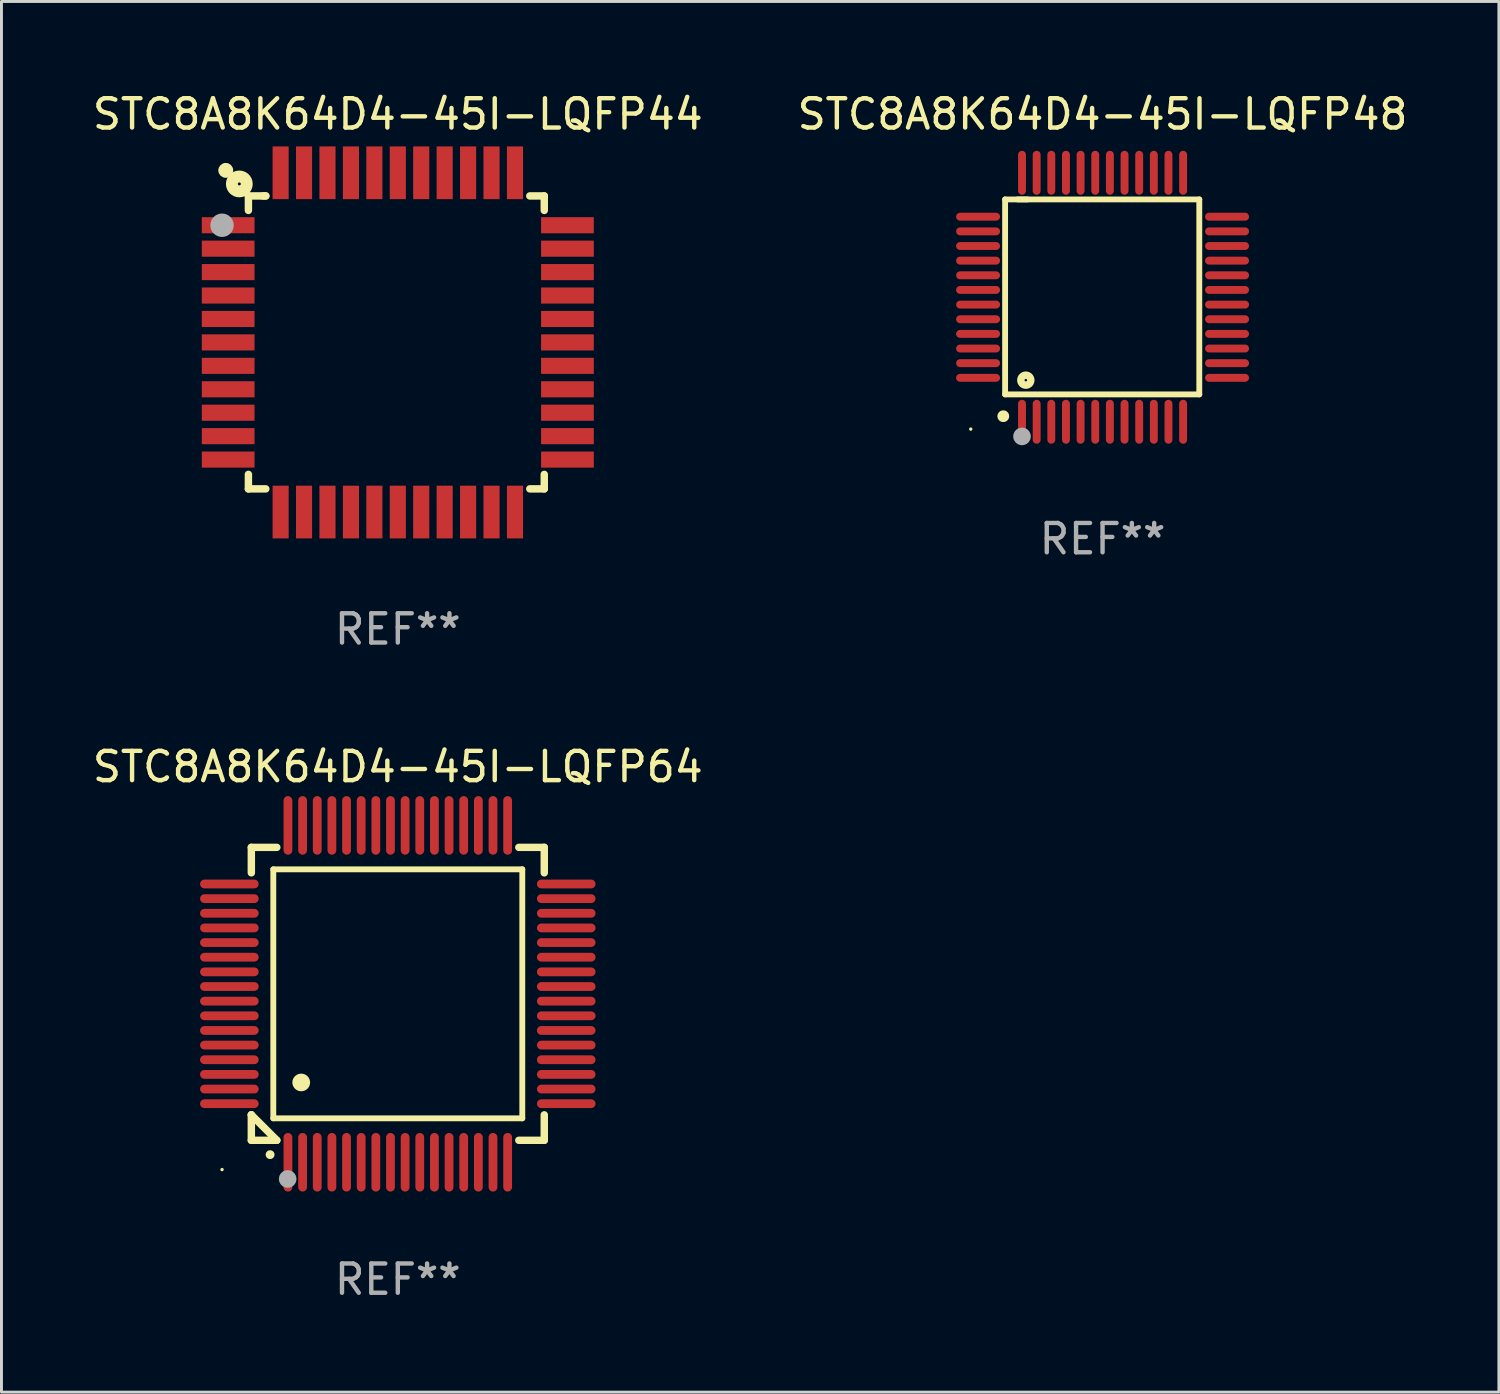
<source format=kicad_pcb>
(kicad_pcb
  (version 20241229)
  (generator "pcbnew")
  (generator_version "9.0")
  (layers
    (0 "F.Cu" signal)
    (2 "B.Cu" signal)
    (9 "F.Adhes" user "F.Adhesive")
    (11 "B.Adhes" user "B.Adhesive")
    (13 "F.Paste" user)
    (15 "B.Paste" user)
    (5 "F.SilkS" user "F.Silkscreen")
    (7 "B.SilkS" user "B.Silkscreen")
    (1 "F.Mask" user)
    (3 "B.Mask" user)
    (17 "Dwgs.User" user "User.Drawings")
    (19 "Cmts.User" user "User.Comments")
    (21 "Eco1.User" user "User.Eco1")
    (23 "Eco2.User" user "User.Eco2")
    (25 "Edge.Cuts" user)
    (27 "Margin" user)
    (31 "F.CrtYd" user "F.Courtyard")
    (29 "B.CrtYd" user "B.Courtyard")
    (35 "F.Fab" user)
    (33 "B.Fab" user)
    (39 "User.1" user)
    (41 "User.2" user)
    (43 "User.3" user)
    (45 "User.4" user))
  (footprint "STC8A8K64D4-45I-LQFP44"
    (layer "F.Cu")
    (at 10.53 8.639)
    (property "Reference" "STC8A8K64D4-45I-LQFP44" (at 0 -7.791 0) (layer "F.SilkS") (effects (font (size 1 1) (thickness 0.15))))
    (attr through_hole)
    (fp_line (start -5.1 -5) (end -5.1 -4.506) (stroke (width 0.254) (type solid)) (layer "F.SilkS"))
    (fp_line (start -5.1 4.506) (end -5.1 5) (stroke (width 0.254) (type solid)) (layer "F.SilkS"))
    (fp_line (start -5.1 5) (end -4.506 5) (stroke (width 0.254) (type solid)) (layer "F.SilkS"))
    (fp_line (start -4.506 -5) (end -5.1 -5) (stroke (width 0.254) (type solid)) (layer "F.SilkS"))
    (fp_line (start -4.506 -5) (end -4.6 -5) (stroke (width 0.254) (type solid)) (layer "F.SilkS"))
    (fp_line (start 4.506 5) (end 5 5) (stroke (width 0.254) (type solid)) (layer "F.SilkS"))
    (fp_line (start 5 -5) (end 4.506 -5) (stroke (width 0.254) (type solid)) (layer "F.SilkS"))
    (fp_line (start 5 -4.506) (end 5 -5) (stroke (width 0.254) (type solid)) (layer "F.SilkS"))
    (fp_line (start 5 5) (end 5 4.506) (stroke (width 0.254) (type solid)) (layer "F.SilkS"))
    (fp_circle (center -5.873 -5.873) (end -5.746 -5.873) (stroke (width 0.254) (type solid)) (fill no) (layer "F.SilkS"))
    (fp_circle (center -5.41 -5.41) (end -5.156 -5.41) (stroke (width 0.406) (type solid)) (fill no) (layer "F.SilkS"))
    (fp_circle (center -6 -4) (end -5.8 -4) (stroke (width 0.4) (type solid)) (fill no) (layer "F.Fab"))
    (fp_text user "REF**" (at 0 9.791 0) (layer "F.Fab") (effects (font (size 1 1) (thickness 0.15))))
    (pad "1" smd rect (at -5.791 -4) (size 1.8 0.55) (layers "F.Cu" "F.Mask" "F.Paste"))
    (pad "2" smd rect (at -5.791 -3.2) (size 1.8 0.55) (layers "F.Cu" "F.Mask" "F.Paste"))
    (pad "3" smd rect (at -5.791 -2.4) (size 1.8 0.55) (layers "F.Cu" "F.Mask" "F.Paste"))
    (pad "4" smd rect (at -5.791 -1.6) (size 1.8 0.55) (layers "F.Cu" "F.Mask" "F.Paste"))
    (pad "5" smd rect (at -5.791 -0.8) (size 1.8 0.55) (layers "F.Cu" "F.Mask" "F.Paste"))
    (pad "6" smd rect (at -5.791 0) (size 1.8 0.55) (layers "F.Cu" "F.Mask" "F.Paste"))
    (pad "7" smd rect (at -5.791 0.8) (size 1.8 0.55) (layers "F.Cu" "F.Mask" "F.Paste"))
    (pad "8" smd rect (at -5.791 1.6) (size 1.8 0.55) (layers "F.Cu" "F.Mask" "F.Paste"))
    (pad "9" smd rect (at -5.791 2.4) (size 1.8 0.55) (layers "F.Cu" "F.Mask" "F.Paste"))
    (pad "10" smd rect (at -5.791 3.2) (size 1.8 0.55) (layers "F.Cu" "F.Mask" "F.Paste"))
    (pad "11" smd rect (at -5.791 4) (size 1.8 0.55) (layers "F.Cu" "F.Mask" "F.Paste"))
    (pad "12" smd rect (at -4 5.791) (size 0.55 1.8) (layers "F.Cu" "F.Mask" "F.Paste"))
    (pad "13" smd rect (at -3.2 5.791) (size 0.55 1.8) (layers "F.Cu" "F.Mask" "F.Paste"))
    (pad "14" smd rect (at -2.4 5.791) (size 0.55 1.8) (layers "F.Cu" "F.Mask" "F.Paste"))
    (pad "15" smd rect (at -1.6 5.791) (size 0.55 1.8) (layers "F.Cu" "F.Mask" "F.Paste"))
    (pad "16" smd rect (at -0.8 5.791) (size 0.55 1.8) (layers "F.Cu" "F.Mask" "F.Paste"))
    (pad "17" smd rect (at 0 5.791) (size 0.55 1.8) (layers "F.Cu" "F.Mask" "F.Paste"))
    (pad "18" smd rect (at 0.8 5.791) (size 0.55 1.8) (layers "F.Cu" "F.Mask" "F.Paste"))
    (pad "19" smd rect (at 1.6 5.791) (size 0.55 1.8) (layers "F.Cu" "F.Mask" "F.Paste"))
    (pad "20" smd rect (at 2.4 5.791) (size 0.55 1.8) (layers "F.Cu" "F.Mask" "F.Paste"))
    (pad "21" smd rect (at 3.2 5.791) (size 0.55 1.8) (layers "F.Cu" "F.Mask" "F.Paste"))
    (pad "22" smd rect (at 4 5.791) (size 0.55 1.8) (layers "F.Cu" "F.Mask" "F.Paste"))
    (pad "23" smd rect (at 5.791 4) (size 1.8 0.55) (layers "F.Cu" "F.Mask" "F.Paste"))
    (pad "24" smd rect (at 5.791 3.2) (size 1.8 0.55) (layers "F.Cu" "F.Mask" "F.Paste"))
    (pad "25" smd rect (at 5.791 2.4) (size 1.8 0.55) (layers "F.Cu" "F.Mask" "F.Paste"))
    (pad "26" smd rect (at 5.791 1.6) (size 1.8 0.55) (layers "F.Cu" "F.Mask" "F.Paste"))
    (pad "27" smd rect (at 5.791 0.8) (size 1.8 0.55) (layers "F.Cu" "F.Mask" "F.Paste"))
    (pad "28" smd rect (at 5.791 0) (size 1.8 0.55) (layers "F.Cu" "F.Mask" "F.Paste"))
    (pad "29" smd rect (at 5.791 -0.8) (size 1.8 0.55) (layers "F.Cu" "F.Mask" "F.Paste"))
    (pad "30" smd rect (at 5.791 -1.6) (size 1.8 0.55) (layers "F.Cu" "F.Mask" "F.Paste"))
    (pad "31" smd rect (at 5.791 -2.4) (size 1.8 0.55) (layers "F.Cu" "F.Mask" "F.Paste"))
    (pad "32" smd rect (at 5.791 -3.2) (size 1.8 0.55) (layers "F.Cu" "F.Mask" "F.Paste"))
    (pad "33" smd rect (at 5.791 -4) (size 1.8 0.55) (layers "F.Cu" "F.Mask" "F.Paste"))
    (pad "34" smd rect (at 4 -5.791) (size 0.55 1.8) (layers "F.Cu" "F.Mask" "F.Paste"))
    (pad "35" smd rect (at 3.2 -5.791) (size 0.55 1.8) (layers "F.Cu" "F.Mask" "F.Paste"))
    (pad "36" smd rect (at 2.4 -5.791) (size 0.55 1.8) (layers "F.Cu" "F.Mask" "F.Paste"))
    (pad "37" smd rect (at 1.6 -5.791) (size 0.55 1.8) (layers "F.Cu" "F.Mask" "F.Paste"))
    (pad "38" smd rect (at 0.8 -5.791) (size 0.55 1.8) (layers "F.Cu" "F.Mask" "F.Paste"))
    (pad "39" smd rect (at 0 -5.791) (size 0.55 1.8) (layers "F.Cu" "F.Mask" "F.Paste"))
    (pad "40" smd rect (at -0.8 -5.791) (size 0.55 1.8) (layers "F.Cu" "F.Mask" "F.Paste"))
    (pad "41" smd rect (at -1.6 -5.791) (size 0.55 1.8) (layers "F.Cu" "F.Mask" "F.Paste"))
    (pad "42" smd rect (at -2.4 -5.791) (size 0.55 1.8) (layers "F.Cu" "F.Mask" "F.Paste"))
    (pad "43" smd rect (at -3.2 -5.791) (size 0.55 1.8) (layers "F.Cu" "F.Mask" "F.Paste"))
    (pad "44" smd rect (at -4 -5.791) (size 0.55 1.8) (layers "F.Cu" "F.Mask" "F.Paste")))
  (footprint "STC8A8K64D4-45I-LQFP48"
    (layer "F.Cu")
    (at 34.589 7.098)
    (property "Reference" "STC8A8K64D4-45I-LQFP48" (at 0 -6.25 0) (layer "F.SilkS") (effects (font (size 1 1) (thickness 0.15))))
    (attr through_hole)
    (fp_line (start -3.327 -3.34) (end -2.565 -3.34) (stroke (width 0.2) (type solid)) (layer "F.SilkS"))
    (fp_line (start -3.327 3.315) (end -3.327 -3.34) (stroke (width 0.2) (type solid)) (layer "F.SilkS"))
    (fp_line (start -2.896 -3.34) (end 3.302 -3.34) (stroke (width 0.2) (type solid)) (layer "F.SilkS"))
    (fp_line (start 3.302 -3.34) (end 3.302 3.315) (stroke (width 0.2) (type solid)) (layer "F.SilkS"))
    (fp_line (start 3.302 3.315) (end -3.327 3.315) (stroke (width 0.2) (type solid)) (layer "F.SilkS"))
    (fp_arc (start -3.389992 4.059995) (mid -3.388722 4.059991) (end -3.387452 4.059995) (stroke (width 0.4) (type solid)) (layer "F.SilkS"))
    (fp_circle (center -4.5 4.5) (end -4.47 4.5) (stroke (width 0.06) (type solid)) (fill no) (layer "F.SilkS"))
    (fp_circle (center -2.62 2.83) (end -2.45 2.83) (stroke (width 0.254) (type solid)) (fill no) (layer "F.SilkS"))
    (fp_circle (center -2.75 4.75) (end -2.6 4.75) (stroke (width 0.3) (type solid)) (fill no) (layer "F.Fab"))
    (fp_text user "REF**" (at 0 8.25 0) (layer "F.Fab") (effects (font (size 1 1) (thickness 0.15))))
    (pad "1" smd oval (at -2.75 4.25) (size 0.27 1.5) (layers "F.Cu" "F.Mask" "F.Paste"))
    (pad "2" smd oval (at -2.25 4.25) (size 0.27 1.5) (layers "F.Cu" "F.Mask" "F.Paste"))
    (pad "3" smd oval (at -1.75 4.25) (size 0.27 1.5) (layers "F.Cu" "F.Mask" "F.Paste"))
    (pad "4" smd oval (at -1.25 4.25) (size 0.27 1.5) (layers "F.Cu" "F.Mask" "F.Paste"))
    (pad "5" smd oval (at -0.75 4.25) (size 0.27 1.5) (layers "F.Cu" "F.Mask" "F.Paste"))
    (pad "6" smd oval (at -0.25 4.25) (size 0.27 1.5) (layers "F.Cu" "F.Mask" "F.Paste"))
    (pad "7" smd oval (at 0.25 4.25) (size 0.27 1.5) (layers "F.Cu" "F.Mask" "F.Paste"))
    (pad "8" smd oval (at 0.75 4.25) (size 0.27 1.5) (layers "F.Cu" "F.Mask" "F.Paste"))
    (pad "9" smd oval (at 1.25 4.25) (size 0.27 1.5) (layers "F.Cu" "F.Mask" "F.Paste"))
    (pad "10" smd oval (at 1.75 4.25) (size 0.27 1.5) (layers "F.Cu" "F.Mask" "F.Paste"))
    (pad "11" smd oval (at 2.25 4.25) (size 0.27 1.5) (layers "F.Cu" "F.Mask" "F.Paste"))
    (pad "12" smd oval (at 2.75 4.25) (size 0.27 1.5) (layers "F.Cu" "F.Mask" "F.Paste"))
    (pad "13" smd oval (at 4.25 2.75) (size 1.5 0.27) (layers "F.Cu" "F.Mask" "F.Paste"))
    (pad "14" smd oval (at 4.25 2.25) (size 1.5 0.27) (layers "F.Cu" "F.Mask" "F.Paste"))
    (pad "15" smd oval (at 4.25 1.75) (size 1.5 0.27) (layers "F.Cu" "F.Mask" "F.Paste"))
    (pad "16" smd oval (at 4.25 1.25) (size 1.5 0.27) (layers "F.Cu" "F.Mask" "F.Paste"))
    (pad "17" smd oval (at 4.25 0.75) (size 1.5 0.27) (layers "F.Cu" "F.Mask" "F.Paste"))
    (pad "18" smd oval (at 4.25 0.25) (size 1.5 0.27) (layers "F.Cu" "F.Mask" "F.Paste"))
    (pad "19" smd oval (at 4.25 -0.25) (size 1.5 0.27) (layers "F.Cu" "F.Mask" "F.Paste"))
    (pad "20" smd oval (at 4.25 -0.75) (size 1.5 0.27) (layers "F.Cu" "F.Mask" "F.Paste"))
    (pad "21" smd oval (at 4.25 -1.25) (size 1.5 0.27) (layers "F.Cu" "F.Mask" "F.Paste"))
    (pad "22" smd oval (at 4.25 -1.75) (size 1.5 0.27) (layers "F.Cu" "F.Mask" "F.Paste"))
    (pad "23" smd oval (at 4.25 -2.25) (size 1.5 0.27) (layers "F.Cu" "F.Mask" "F.Paste"))
    (pad "24" smd oval (at 4.25 -2.75) (size 1.5 0.27) (layers "F.Cu" "F.Mask" "F.Paste"))
    (pad "25" smd oval (at 2.75 -4.25) (size 0.27 1.5) (layers "F.Cu" "F.Mask" "F.Paste"))
    (pad "26" smd oval (at 2.25 -4.25) (size 0.27 1.5) (layers "F.Cu" "F.Mask" "F.Paste"))
    (pad "27" smd oval (at 1.75 -4.25) (size 0.27 1.5) (layers "F.Cu" "F.Mask" "F.Paste"))
    (pad "28" smd oval (at 1.25 -4.25) (size 0.27 1.5) (layers "F.Cu" "F.Mask" "F.Paste"))
    (pad "29" smd oval (at 0.75 -4.25) (size 0.27 1.5) (layers "F.Cu" "F.Mask" "F.Paste"))
    (pad "30" smd oval (at 0.25 -4.25) (size 0.27 1.5) (layers "F.Cu" "F.Mask" "F.Paste"))
    (pad "31" smd oval (at -0.25 -4.25) (size 0.27 1.5) (layers "F.Cu" "F.Mask" "F.Paste"))
    (pad "32" smd oval (at -0.75 -4.25) (size 0.27 1.5) (layers "F.Cu" "F.Mask" "F.Paste"))
    (pad "33" smd oval (at -1.25 -4.25) (size 0.27 1.5) (layers "F.Cu" "F.Mask" "F.Paste"))
    (pad "34" smd oval (at -1.75 -4.25) (size 0.27 1.5) (layers "F.Cu" "F.Mask" "F.Paste"))
    (pad "35" smd oval (at -2.25 -4.25) (size 0.27 1.5) (layers "F.Cu" "F.Mask" "F.Paste"))
    (pad "36" smd oval (at -2.75 -4.25) (size 0.27 1.5) (layers "F.Cu" "F.Mask" "F.Paste"))
    (pad "37" smd oval (at -4.25 -2.75) (size 1.5 0.27) (layers "F.Cu" "F.Mask" "F.Paste"))
    (pad "38" smd oval (at -4.25 -2.25) (size 1.5 0.27) (layers "F.Cu" "F.Mask" "F.Paste"))
    (pad "39" smd oval (at -4.25 -1.75) (size 1.5 0.27) (layers "F.Cu" "F.Mask" "F.Paste"))
    (pad "40" smd oval (at -4.25 -1.25) (size 1.5 0.27) (layers "F.Cu" "F.Mask" "F.Paste"))
    (pad "41" smd oval (at -4.25 -0.75) (size 1.5 0.27) (layers "F.Cu" "F.Mask" "F.Paste"))
    (pad "42" smd oval (at -4.25 -0.25) (size 1.5 0.27) (layers "F.Cu" "F.Mask" "F.Paste"))
    (pad "43" smd oval (at -4.25 0.25) (size 1.5 0.27) (layers "F.Cu" "F.Mask" "F.Paste"))
    (pad "44" smd oval (at -4.25 0.75) (size 1.5 0.27) (layers "F.Cu" "F.Mask" "F.Paste"))
    (pad "45" smd oval (at -4.25 1.25) (size 1.5 0.27) (layers "F.Cu" "F.Mask" "F.Paste"))
    (pad "46" smd oval (at -4.25 1.75) (size 1.5 0.27) (layers "F.Cu" "F.Mask" "F.Paste"))
    (pad "47" smd oval (at -4.25 2.25) (size 1.5 0.27) (layers "F.Cu" "F.Mask" "F.Paste"))
    (pad "48" smd oval (at -4.25 2.75) (size 1.5 0.27) (layers "F.Cu" "F.Mask" "F.Paste")))
  (footprint "STC8A8K64D4-45I-LQFP64"
    (layer "F.Cu")
    (at 10.53 30.877)
    (property "Reference" "STC8A8K64D4-45I-LQFP64" (at 0 -7.75 0) (layer "F.SilkS") (effects (font (size 1 1) (thickness 0.15))))
    (attr through_hole)
    (fp_line (start -5 -5) (end -4.131 -5) (stroke (width 0.254) (type solid)) (layer "F.SilkS"))
    (fp_line (start -5 -4.131) (end -5 -5) (stroke (width 0.254) (type solid)) (layer "F.SilkS"))
    (fp_line (start -5 4.131) (end -5 4.131) (stroke (width 0.254) (type solid)) (layer "F.SilkS"))
    (fp_line (start -5 5) (end -5 4.131) (stroke (width 0.254) (type solid)) (layer "F.SilkS"))
    (fp_line (start -5 4.131) (end -4.131 5) (stroke (width 0.254) (type solid)) (layer "F.SilkS"))
    (fp_line (start -4.25 -4.25) (end -4.25 4.25) (stroke (width 0.2) (type solid)) (layer "F.SilkS"))
    (fp_line (start -4.25 4.25) (end 4.25 4.25) (stroke (width 0.2) (type solid)) (layer "F.SilkS"))
    (fp_line (start -4.131 5) (end -5 5) (stroke (width 0.254) (type solid)) (layer "F.SilkS"))
    (fp_line (start 4.25 -4.25) (end -4.25 -4.25) (stroke (width 0.2) (type solid)) (layer "F.SilkS"))
    (fp_line (start 4.25 4.25) (end 4.25 -4.25) (stroke (width 0.2) (type solid)) (layer "F.SilkS"))
    (fp_line (start 5 -5) (end 4.131 -5) (stroke (width 0.254) (type solid)) (layer "F.SilkS"))
    (fp_line (start 5 -5) (end 5 -4.131) (stroke (width 0.254) (type solid)) (layer "F.SilkS"))
    (fp_line (start 5 4.131) (end 5 5) (stroke (width 0.254) (type solid)) (layer "F.SilkS"))
    (fp_line (start 5 5) (end 4.131 5) (stroke (width 0.254) (type solid)) (layer "F.SilkS"))
    (fp_arc (start -4.361265 5.489992) (mid -4.359995 5.489987) (end -4.358725 5.489992) (stroke (width 0.3) (type solid)) (layer "F.SilkS"))
    (fp_arc (start -3.299467 3.025146) (mid -3.296927 3.025135) (end -3.294387 3.025146) (stroke (width 0.6) (type solid)) (layer "F.SilkS"))
    (fp_circle (center -6 6) (end -5.97 6) (stroke (width 0.06) (type solid)) (fill no) (layer "F.SilkS"))
    (fp_circle (center -3.76 6.32) (end -3.61 6.32) (stroke (width 0.3) (type solid)) (fill no) (layer "F.Fab"))
    (fp_text user "REF**" (at 0 9.75 0) (layer "F.Fab") (effects (font (size 1 1) (thickness 0.15))))
    (pad "1" smd oval (at -3.75 5.75) (size 0.3 2) (layers "F.Cu" "F.Mask" "F.Paste"))
    (pad "2" smd oval (at -3.25 5.75) (size 0.3 2) (layers "F.Cu" "F.Mask" "F.Paste"))
    (pad "3" smd oval (at -2.75 5.75) (size 0.3 2) (layers "F.Cu" "F.Mask" "F.Paste"))
    (pad "4" smd oval (at -2.25 5.75) (size 0.3 2) (layers "F.Cu" "F.Mask" "F.Paste"))
    (pad "5" smd oval (at -1.75 5.75) (size 0.3 2) (layers "F.Cu" "F.Mask" "F.Paste"))
    (pad "6" smd oval (at -1.25 5.75) (size 0.3 2) (layers "F.Cu" "F.Mask" "F.Paste"))
    (pad "7" smd oval (at -0.75 5.75) (size 0.3 2) (layers "F.Cu" "F.Mask" "F.Paste"))
    (pad "8" smd oval (at -0.25 5.75) (size 0.3 2) (layers "F.Cu" "F.Mask" "F.Paste"))
    (pad "9" smd oval (at 0.25 5.75) (size 0.3 2) (layers "F.Cu" "F.Mask" "F.Paste"))
    (pad "10" smd oval (at 0.75 5.75) (size 0.3 2) (layers "F.Cu" "F.Mask" "F.Paste"))
    (pad "11" smd oval (at 1.25 5.75) (size 0.3 2) (layers "F.Cu" "F.Mask" "F.Paste"))
    (pad "12" smd oval (at 1.75 5.75) (size 0.3 2) (layers "F.Cu" "F.Mask" "F.Paste"))
    (pad "13" smd oval (at 2.25 5.75) (size 0.3 2) (layers "F.Cu" "F.Mask" "F.Paste"))
    (pad "14" smd oval (at 2.75 5.75) (size 0.3 2) (layers "F.Cu" "F.Mask" "F.Paste"))
    (pad "15" smd oval (at 3.25 5.75) (size 0.3 2) (layers "F.Cu" "F.Mask" "F.Paste"))
    (pad "16" smd oval (at 3.75 5.75) (size 0.3 2) (layers "F.Cu" "F.Mask" "F.Paste"))
    (pad "17" smd oval (at 5.75 3.75) (size 2 0.3) (layers "F.Cu" "F.Mask" "F.Paste"))
    (pad "18" smd oval (at 5.75 3.25) (size 2 0.3) (layers "F.Cu" "F.Mask" "F.Paste"))
    (pad "19" smd oval (at 5.75 2.75) (size 2 0.3) (layers "F.Cu" "F.Mask" "F.Paste"))
    (pad "20" smd oval (at 5.75 2.25) (size 2 0.3) (layers "F.Cu" "F.Mask" "F.Paste"))
    (pad "21" smd oval (at 5.75 1.75) (size 2 0.3) (layers "F.Cu" "F.Mask" "F.Paste"))
    (pad "22" smd oval (at 5.75 1.25) (size 2 0.3) (layers "F.Cu" "F.Mask" "F.Paste"))
    (pad "23" smd oval (at 5.75 0.75) (size 2 0.3) (layers "F.Cu" "F.Mask" "F.Paste"))
    (pad "24" smd oval (at 5.75 0.25) (size 2 0.3) (layers "F.Cu" "F.Mask" "F.Paste"))
    (pad "25" smd oval (at 5.75 -0.25) (size 2 0.3) (layers "F.Cu" "F.Mask" "F.Paste"))
    (pad "26" smd oval (at 5.75 -0.75) (size 2 0.3) (layers "F.Cu" "F.Mask" "F.Paste"))
    (pad "27" smd oval (at 5.75 -1.25) (size 2 0.3) (layers "F.Cu" "F.Mask" "F.Paste"))
    (pad "28" smd oval (at 5.75 -1.75) (size 2 0.3) (layers "F.Cu" "F.Mask" "F.Paste"))
    (pad "29" smd oval (at 5.75 -2.25) (size 2 0.3) (layers "F.Cu" "F.Mask" "F.Paste"))
    (pad "30" smd oval (at 5.75 -2.75) (size 2 0.3) (layers "F.Cu" "F.Mask" "F.Paste"))
    (pad "31" smd oval (at 5.75 -3.25) (size 2 0.3) (layers "F.Cu" "F.Mask" "F.Paste"))
    (pad "32" smd oval (at 5.75 -3.75) (size 2 0.3) (layers "F.Cu" "F.Mask" "F.Paste"))
    (pad "33" smd oval (at 3.75 -5.75) (size 0.3 2) (layers "F.Cu" "F.Mask" "F.Paste"))
    (pad "34" smd oval (at 3.25 -5.75) (size 0.3 2) (layers "F.Cu" "F.Mask" "F.Paste"))
    (pad "35" smd oval (at 2.75 -5.75) (size 0.3 2) (layers "F.Cu" "F.Mask" "F.Paste"))
    (pad "36" smd oval (at 2.25 -5.75) (size 0.3 2) (layers "F.Cu" "F.Mask" "F.Paste"))
    (pad "37" smd oval (at 1.75 -5.75) (size 0.3 2) (layers "F.Cu" "F.Mask" "F.Paste"))
    (pad "38" smd oval (at 1.25 -5.75) (size 0.3 2) (layers "F.Cu" "F.Mask" "F.Paste"))
    (pad "39" smd oval (at 0.75 -5.75) (size 0.3 2) (layers "F.Cu" "F.Mask" "F.Paste"))
    (pad "40" smd oval (at 0.25 -5.75) (size 0.3 2) (layers "F.Cu" "F.Mask" "F.Paste"))
    (pad "41" smd oval (at -0.25 -5.75) (size 0.3 2) (layers "F.Cu" "F.Mask" "F.Paste"))
    (pad "42" smd oval (at -0.75 -5.75) (size 0.3 2) (layers "F.Cu" "F.Mask" "F.Paste"))
    (pad "43" smd oval (at -1.25 -5.75) (size 0.3 2) (layers "F.Cu" "F.Mask" "F.Paste"))
    (pad "44" smd oval (at -1.75 -5.75) (size 0.3 2) (layers "F.Cu" "F.Mask" "F.Paste"))
    (pad "45" smd oval (at -2.25 -5.75) (size 0.3 2) (layers "F.Cu" "F.Mask" "F.Paste"))
    (pad "46" smd oval (at -2.75 -5.75) (size 0.3 2) (layers "F.Cu" "F.Mask" "F.Paste"))
    (pad "47" smd oval (at -3.25 -5.75) (size 0.3 2) (layers "F.Cu" "F.Mask" "F.Paste"))
    (pad "48" smd oval (at -3.75 -5.75) (size 0.3 2) (layers "F.Cu" "F.Mask" "F.Paste"))
    (pad "49" smd oval (at -5.75 -3.75) (size 2 0.3) (layers "F.Cu" "F.Mask" "F.Paste"))
    (pad "50" smd oval (at -5.75 -3.25) (size 2 0.3) (layers "F.Cu" "F.Mask" "F.Paste"))
    (pad "51" smd oval (at -5.75 -2.75) (size 2 0.3) (layers "F.Cu" "F.Mask" "F.Paste"))
    (pad "52" smd oval (at -5.75 -2.25) (size 2 0.3) (layers "F.Cu" "F.Mask" "F.Paste"))
    (pad "53" smd oval (at -5.75 -1.75) (size 2 0.3) (layers "F.Cu" "F.Mask" "F.Paste"))
    (pad "54" smd oval (at -5.75 -1.25) (size 2 0.3) (layers "F.Cu" "F.Mask" "F.Paste"))
    (pad "55" smd oval (at -5.75 -0.75) (size 2 0.3) (layers "F.Cu" "F.Mask" "F.Paste"))
    (pad "56" smd oval (at -5.75 -0.25) (size 2 0.3) (layers "F.Cu" "F.Mask" "F.Paste"))
    (pad "57" smd oval (at -5.75 0.25) (size 2 0.3) (layers "F.Cu" "F.Mask" "F.Paste"))
    (pad "58" smd oval (at -5.75 0.75) (size 2 0.3) (layers "F.Cu" "F.Mask" "F.Paste"))
    (pad "59" smd oval (at -5.75 1.25) (size 2 0.3) (layers "F.Cu" "F.Mask" "F.Paste"))
    (pad "60" smd oval (at -5.75 1.75) (size 2 0.3) (layers "F.Cu" "F.Mask" "F.Paste"))
    (pad "61" smd oval (at -5.75 2.25) (size 2 0.3) (layers "F.Cu" "F.Mask" "F.Paste"))
    (pad "62" smd oval (at -5.75 2.75) (size 2 0.3) (layers "F.Cu" "F.Mask" "F.Paste"))
    (pad "63" smd oval (at -5.75 3.25) (size 2 0.3) (layers "F.Cu" "F.Mask" "F.Paste"))
    (pad "64" smd oval (at -5.75 3.75) (size 2 0.3) (layers "F.Cu" "F.Mask" "F.Paste")))
  (gr_rect
    (start -3 -3)
    (end 48.119 44.475)
    (stroke (width 0.1) (type default))
    (fill no)
    (layer "Edge.Cuts")))
</source>
